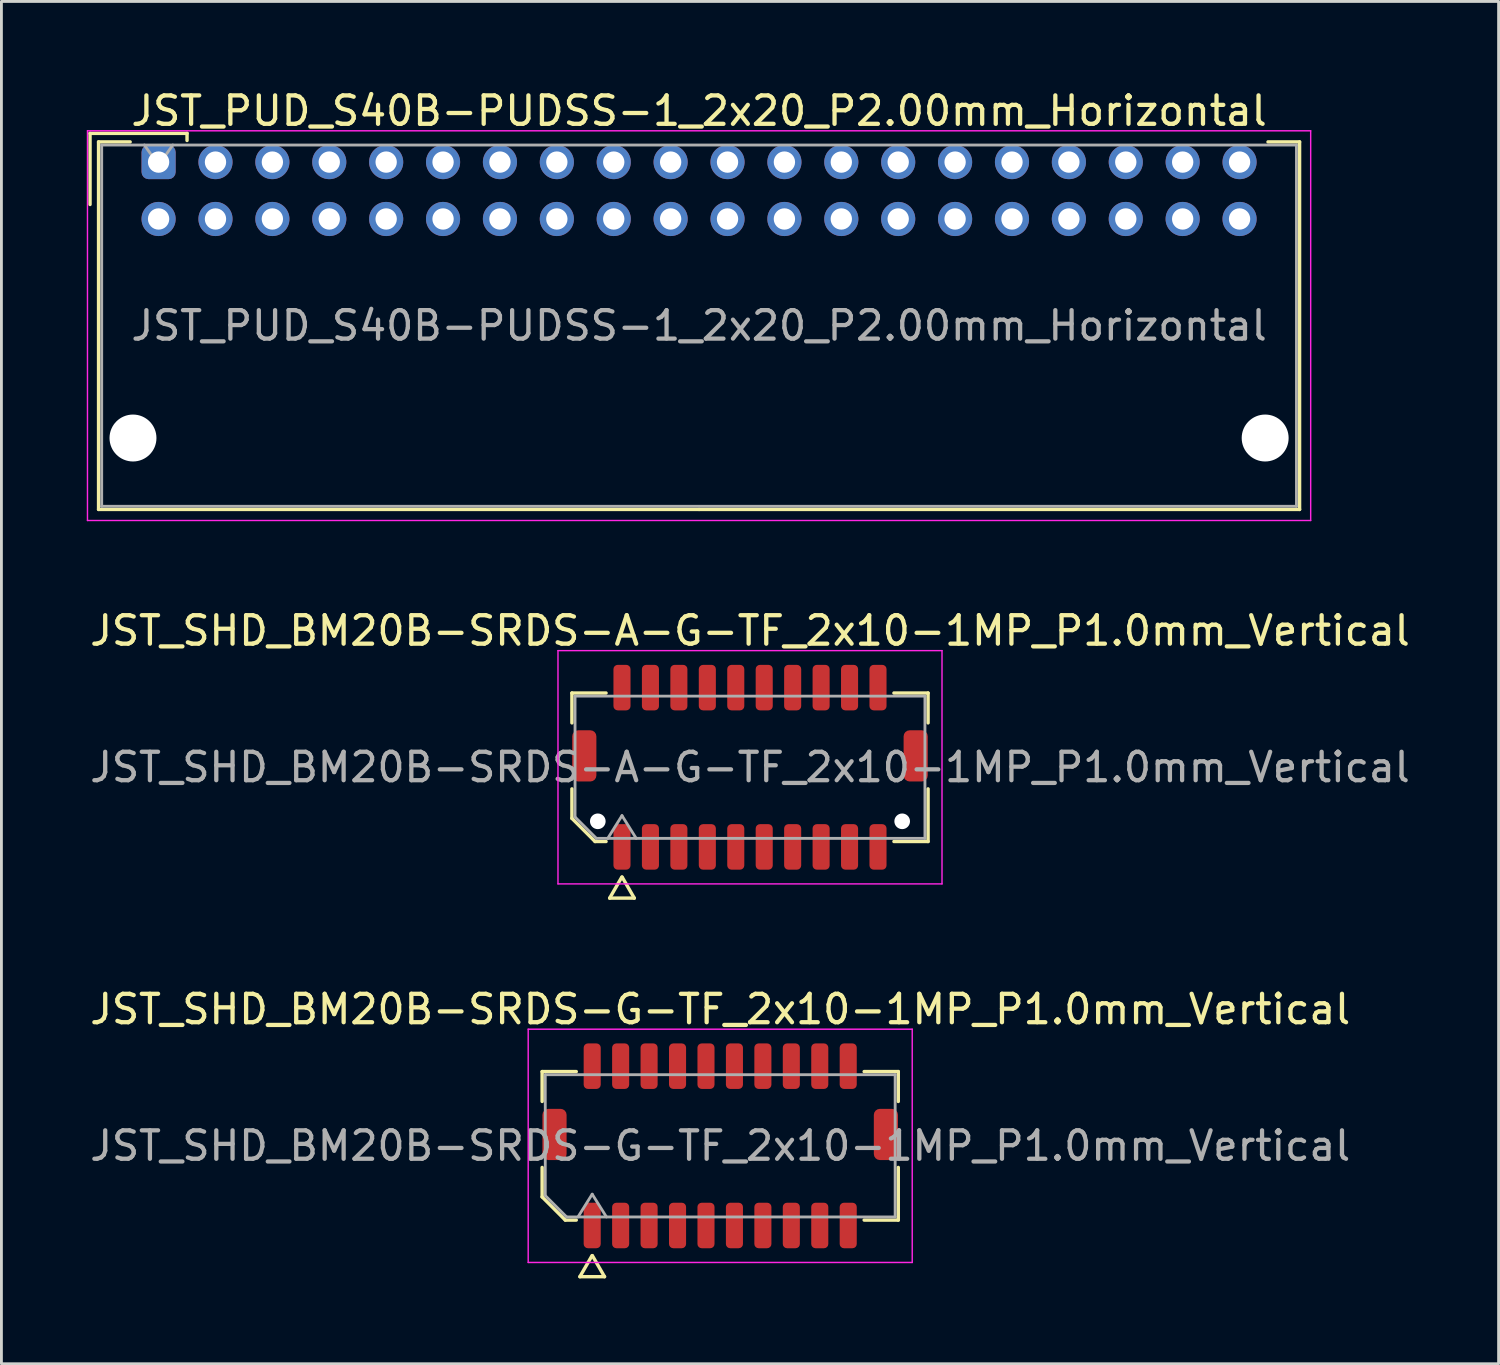
<source format=kicad_pcb>
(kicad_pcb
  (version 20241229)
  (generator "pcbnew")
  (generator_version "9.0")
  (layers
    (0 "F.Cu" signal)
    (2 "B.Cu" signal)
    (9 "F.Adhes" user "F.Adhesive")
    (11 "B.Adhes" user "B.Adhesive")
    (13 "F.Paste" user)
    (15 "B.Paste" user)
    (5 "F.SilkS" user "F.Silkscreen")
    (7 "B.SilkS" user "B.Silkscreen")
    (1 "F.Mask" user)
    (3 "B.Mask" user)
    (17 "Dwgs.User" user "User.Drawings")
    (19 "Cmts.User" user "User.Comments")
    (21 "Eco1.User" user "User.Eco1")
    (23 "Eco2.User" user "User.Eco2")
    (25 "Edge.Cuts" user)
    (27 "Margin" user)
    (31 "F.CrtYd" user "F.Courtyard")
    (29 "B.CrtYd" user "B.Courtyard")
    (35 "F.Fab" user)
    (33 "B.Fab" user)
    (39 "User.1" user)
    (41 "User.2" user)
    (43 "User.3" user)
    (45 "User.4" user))
  (footprint "JST_SHD_BM20B-SRDS-A-G-TF_2x10-1MP_P1.0mm_Vertical"
    (layer "F.Cu")
    (at 23.315 23.922)
    (property "Reference" "JST_SHD_BM20B-SRDS-A-G-TF_2x10-1MP_P1.0mm_Vertical" (at 0 -4.8 0) (layer "F.SilkS") (effects (font (size 1 1) (thickness 0.15))))
    (attr smd)
    (fp_line (start -6.26 -2.61) (end -5.06 -2.61) (stroke (width 0.12) (type solid)) (layer "F.SilkS"))
    (fp_line (start -6.26 -1.56) (end -6.26 -2.61) (stroke (width 0.12) (type solid)) (layer "F.SilkS"))
    (fp_line (start -6.26 1.796) (end -6.26 0.76) (stroke (width 0.12) (type solid)) (layer "F.SilkS"))
    (fp_line (start -5.446 2.61) (end -6.26 1.796) (stroke (width 0.12) (type solid)) (layer "F.SilkS"))
    (fp_line (start -5.06 2.61) (end -5.446 2.61) (stroke (width 0.12) (type solid)) (layer "F.SilkS"))
    (fp_line (start -4.933 4.6) (end -4.506 3.86) (stroke (width 0.12) (type solid)) (layer "F.SilkS"))
    (fp_line (start -4.494 3.86) (end -4.067 4.6) (stroke (width 0.12) (type solid)) (layer "F.SilkS"))
    (fp_line (start -4.067 4.6) (end -4.933 4.6) (stroke (width 0.12) (type solid)) (layer "F.SilkS"))
    (fp_line (start 5.06 -2.61) (end 6.26 -2.61) (stroke (width 0.12) (type solid)) (layer "F.SilkS"))
    (fp_line (start 6.26 -2.61) (end 6.26 -1.56) (stroke (width 0.12) (type solid)) (layer "F.SilkS"))
    (fp_line (start 6.26 0.76) (end 6.26 2.61) (stroke (width 0.12) (type solid)) (layer "F.SilkS"))
    (fp_line (start 6.26 2.61) (end 5.06 2.61) (stroke (width 0.12) (type solid)) (layer "F.SilkS"))
    (fp_line (start -6.75 -4.1) (end -6.75 4.1) (stroke (width 0.05) (type solid)) (layer "F.CrtYd"))
    (fp_line (start -6.75 4.1) (end 6.75 4.1) (stroke (width 0.05) (type solid)) (layer "F.CrtYd"))
    (fp_line (start 6.75 -4.1) (end -6.75 -4.1) (stroke (width 0.05) (type solid)) (layer "F.CrtYd"))
    (fp_line (start 6.75 4.1) (end 6.75 -4.1) (stroke (width 0.05) (type solid)) (layer "F.CrtYd"))
    (fp_line (start -6.15 -2.5) (end 6.15 -2.5) (stroke (width 0.1) (type solid)) (layer "F.Fab"))
    (fp_line (start -6.15 1.75) (end -6.15 -2.5) (stroke (width 0.1) (type solid)) (layer "F.Fab"))
    (fp_line (start -5.4 2.5) (end -6.15 1.75) (stroke (width 0.1) (type solid)) (layer "F.Fab"))
    (fp_line (start -5 2.5) (end -4.5 1.7) (stroke (width 0.1) (type solid)) (layer "F.Fab"))
    (fp_line (start -4.5 1.7) (end -4 2.5) (stroke (width 0.1) (type solid)) (layer "F.Fab"))
    (fp_line (start 6.15 -2.5) (end 6.15 2.5) (stroke (width 0.1) (type solid)) (layer "F.Fab"))
    (fp_line (start 6.15 2.5) (end -5.4 2.5) (stroke (width 0.1) (type solid)) (layer "F.Fab"))
    (fp_text user "${REFERENCE}" (at 0 0 0) (layer "F.Fab") (effects (font (size 1 1) (thickness 0.15))))
    (pad "" np_thru_hole circle (at -5.35 1.9) (size 0.55 0.55) (drill 0.55) (layers "*.Cu" "*.Mask"))
    (pad "" np_thru_hole circle (at 5.35 1.9) (size 0.55 0.55) (drill 0.55) (layers "*.Cu" "*.Mask"))
    (pad "1" smd roundrect (at -4.5 2.8) (size 0.6 1.6) (layers "F.Cu" "F.Mask" "F.Paste") (roundrect_rratio 0.25))
    (pad "2" smd roundrect (at -4.5 -2.8) (size 0.6 1.6) (layers "F.Cu" "F.Mask" "F.Paste") (roundrect_rratio 0.25))
    (pad "3" smd roundrect (at -3.5 2.8) (size 0.6 1.6) (layers "F.Cu" "F.Mask" "F.Paste") (roundrect_rratio 0.25))
    (pad "4" smd roundrect (at -3.5 -2.8) (size 0.6 1.6) (layers "F.Cu" "F.Mask" "F.Paste") (roundrect_rratio 0.25))
    (pad "5" smd roundrect (at -2.5 2.8) (size 0.6 1.6) (layers "F.Cu" "F.Mask" "F.Paste") (roundrect_rratio 0.25))
    (pad "6" smd roundrect (at -2.5 -2.8) (size 0.6 1.6) (layers "F.Cu" "F.Mask" "F.Paste") (roundrect_rratio 0.25))
    (pad "7" smd roundrect (at -1.5 2.8) (size 0.6 1.6) (layers "F.Cu" "F.Mask" "F.Paste") (roundrect_rratio 0.25))
    (pad "8" smd roundrect (at -1.5 -2.8) (size 0.6 1.6) (layers "F.Cu" "F.Mask" "F.Paste") (roundrect_rratio 0.25))
    (pad "9" smd roundrect (at -0.5 2.8) (size 0.6 1.6) (layers "F.Cu" "F.Mask" "F.Paste") (roundrect_rratio 0.25))
    (pad "10" smd roundrect (at -0.5 -2.8) (size 0.6 1.6) (layers "F.Cu" "F.Mask" "F.Paste") (roundrect_rratio 0.25))
    (pad "11" smd roundrect (at 0.5 2.8) (size 0.6 1.6) (layers "F.Cu" "F.Mask" "F.Paste") (roundrect_rratio 0.25))
    (pad "12" smd roundrect (at 0.5 -2.8) (size 0.6 1.6) (layers "F.Cu" "F.Mask" "F.Paste") (roundrect_rratio 0.25))
    (pad "13" smd roundrect (at 1.5 2.8) (size 0.6 1.6) (layers "F.Cu" "F.Mask" "F.Paste") (roundrect_rratio 0.25))
    (pad "14" smd roundrect (at 1.5 -2.8) (size 0.6 1.6) (layers "F.Cu" "F.Mask" "F.Paste") (roundrect_rratio 0.25))
    (pad "15" smd roundrect (at 2.5 2.8) (size 0.6 1.6) (layers "F.Cu" "F.Mask" "F.Paste") (roundrect_rratio 0.25))
    (pad "16" smd roundrect (at 2.5 -2.8) (size 0.6 1.6) (layers "F.Cu" "F.Mask" "F.Paste") (roundrect_rratio 0.25))
    (pad "17" smd roundrect (at 3.5 2.8) (size 0.6 1.6) (layers "F.Cu" "F.Mask" "F.Paste") (roundrect_rratio 0.25))
    (pad "18" smd roundrect (at 3.5 -2.8) (size 0.6 1.6) (layers "F.Cu" "F.Mask" "F.Paste") (roundrect_rratio 0.25))
    (pad "19" smd roundrect (at 4.5 2.8) (size 0.6 1.6) (layers "F.Cu" "F.Mask" "F.Paste") (roundrect_rratio 0.25))
    (pad "20" smd roundrect (at 4.5 -2.8) (size 0.6 1.6) (layers "F.Cu" "F.Mask" "F.Paste") (roundrect_rratio 0.25))
    (pad "MP" smd roundrect (at -5.825 -0.4) (size 0.85 1.8) (layers "F.Cu" "F.Mask" "F.Paste") (roundrect_rratio 0.25))
    (pad "MP" smd roundrect (at 5.825 -0.4) (size 0.85 1.8) (layers "F.Cu" "F.Mask" "F.Paste") (roundrect_rratio 0.25)))
  (footprint "JST_PUD_S40B-PUDSS-1_2x20_P2.00mm_Horizontal"
    (layer "F.Cu")
    (at 2.525 2.648)
    (property "Reference" "JST_PUD_S40B-PUDSS-1_2x20_P2.00mm_Horizontal" (at 19 -1.8 0) (layer "F.SilkS") (effects (font (size 1 1) (thickness 0.15))))
    (attr through_hole)
    (fp_line (start -2.41 -1.01) (end -2.41 1.49) (stroke (width 0.12) (type solid)) (layer "F.SilkS"))
    (fp_line (start -2.11 -0.71) (end -2.11 12.21) (stroke (width 0.12) (type solid)) (layer "F.SilkS"))
    (fp_line (start -2.11 12.21) (end 19 12.21) (stroke (width 0.12) (type solid)) (layer "F.SilkS"))
    (fp_line (start -1 -0.71) (end -2.11 -0.71) (stroke (width 0.12) (type solid)) (layer "F.SilkS"))
    (fp_line (start 1 -1.01) (end -2.41 -1.01) (stroke (width 0.12) (type solid)) (layer "F.SilkS"))
    (fp_line (start 1 -0.76) (end 1 -1.01) (stroke (width 0.12) (type solid)) (layer "F.SilkS"))
    (fp_line (start 39 -0.71) (end 40.11 -0.71) (stroke (width 0.12) (type solid)) (layer "F.SilkS"))
    (fp_line (start 40.11 -0.71) (end 40.11 12.21) (stroke (width 0.12) (type solid)) (layer "F.SilkS"))
    (fp_line (start 40.11 12.21) (end 19 12.21) (stroke (width 0.12) (type solid)) (layer "F.SilkS"))
    (fp_line (start -2.5 -1.1) (end -2.5 12.6) (stroke (width 0.05) (type solid)) (layer "F.CrtYd"))
    (fp_line (start -2.5 12.6) (end 40.5 12.6) (stroke (width 0.05) (type solid)) (layer "F.CrtYd"))
    (fp_line (start 40.5 -1.1) (end -2.5 -1.1) (stroke (width 0.05) (type solid)) (layer "F.CrtYd"))
    (fp_line (start 40.5 12.6) (end 40.5 -1.1) (stroke (width 0.05) (type solid)) (layer "F.CrtYd"))
    (fp_line (start -2 -0.6) (end -2 12.1) (stroke (width 0.1) (type solid)) (layer "F.Fab"))
    (fp_line (start -2 12.1) (end 40 12.1) (stroke (width 0.1) (type solid)) (layer "F.Fab"))
    (fp_line (start 0 0.107) (end -0.5 -0.6) (stroke (width 0.1) (type solid)) (layer "F.Fab"))
    (fp_line (start 0.5 -0.6) (end 0 0.107) (stroke (width 0.1) (type solid)) (layer "F.Fab"))
    (fp_line (start 40 -0.6) (end -2 -0.6) (stroke (width 0.1) (type solid)) (layer "F.Fab"))
    (fp_line (start 40 12.1) (end 40 -0.6) (stroke (width 0.1) (type solid)) (layer "F.Fab"))
    (fp_text user "${REFERENCE}" (at 19 5.75 0) (layer "F.Fab") (effects (font (size 1 1) (thickness 0.15))))
    (pad "" np_thru_hole circle (at -0.9 9.7) (size 1.65 1.65) (drill 1.65) (layers "*.Cu" "*.Mask"))
    (pad "" np_thru_hole circle (at 38.9 9.7) (size 1.65 1.65) (drill 1.65) (layers "*.Cu" "*.Mask"))
    (pad "1" thru_hole roundrect (at 0 0) (size 1.2 1.2) (drill 0.75) (layers "*.Cu" "*.Mask") (roundrect_rratio 0.208))
    (pad "2" thru_hole circle (at 0 2) (size 1.2 1.2) (drill 0.75) (layers "*.Cu" "*.Mask"))
    (pad "3" thru_hole circle (at 2 0) (size 1.2 1.2) (drill 0.75) (layers "*.Cu" "*.Mask"))
    (pad "4" thru_hole circle (at 2 2) (size 1.2 1.2) (drill 0.75) (layers "*.Cu" "*.Mask"))
    (pad "5" thru_hole circle (at 4 0) (size 1.2 1.2) (drill 0.75) (layers "*.Cu" "*.Mask"))
    (pad "6" thru_hole circle (at 4 2) (size 1.2 1.2) (drill 0.75) (layers "*.Cu" "*.Mask"))
    (pad "7" thru_hole circle (at 6 0) (size 1.2 1.2) (drill 0.75) (layers "*.Cu" "*.Mask"))
    (pad "8" thru_hole circle (at 6 2) (size 1.2 1.2) (drill 0.75) (layers "*.Cu" "*.Mask"))
    (pad "9" thru_hole circle (at 8 0) (size 1.2 1.2) (drill 0.75) (layers "*.Cu" "*.Mask"))
    (pad "10" thru_hole circle (at 8 2) (size 1.2 1.2) (drill 0.75) (layers "*.Cu" "*.Mask"))
    (pad "11" thru_hole circle (at 10 0) (size 1.2 1.2) (drill 0.75) (layers "*.Cu" "*.Mask"))
    (pad "12" thru_hole circle (at 10 2) (size 1.2 1.2) (drill 0.75) (layers "*.Cu" "*.Mask"))
    (pad "13" thru_hole circle (at 12 0) (size 1.2 1.2) (drill 0.75) (layers "*.Cu" "*.Mask"))
    (pad "14" thru_hole circle (at 12 2) (size 1.2 1.2) (drill 0.75) (layers "*.Cu" "*.Mask"))
    (pad "15" thru_hole circle (at 14 0) (size 1.2 1.2) (drill 0.75) (layers "*.Cu" "*.Mask"))
    (pad "16" thru_hole circle (at 14 2) (size 1.2 1.2) (drill 0.75) (layers "*.Cu" "*.Mask"))
    (pad "17" thru_hole circle (at 16 0) (size 1.2 1.2) (drill 0.75) (layers "*.Cu" "*.Mask"))
    (pad "18" thru_hole circle (at 16 2) (size 1.2 1.2) (drill 0.75) (layers "*.Cu" "*.Mask"))
    (pad "19" thru_hole circle (at 18 0) (size 1.2 1.2) (drill 0.75) (layers "*.Cu" "*.Mask"))
    (pad "20" thru_hole circle (at 18 2) (size 1.2 1.2) (drill 0.75) (layers "*.Cu" "*.Mask"))
    (pad "21" thru_hole circle (at 20 0) (size 1.2 1.2) (drill 0.75) (layers "*.Cu" "*.Mask"))
    (pad "22" thru_hole circle (at 20 2) (size 1.2 1.2) (drill 0.75) (layers "*.Cu" "*.Mask"))
    (pad "23" thru_hole circle (at 22 0) (size 1.2 1.2) (drill 0.75) (layers "*.Cu" "*.Mask"))
    (pad "24" thru_hole circle (at 22 2) (size 1.2 1.2) (drill 0.75) (layers "*.Cu" "*.Mask"))
    (pad "25" thru_hole circle (at 24 0) (size 1.2 1.2) (drill 0.75) (layers "*.Cu" "*.Mask"))
    (pad "26" thru_hole circle (at 24 2) (size 1.2 1.2) (drill 0.75) (layers "*.Cu" "*.Mask"))
    (pad "27" thru_hole circle (at 26 0) (size 1.2 1.2) (drill 0.75) (layers "*.Cu" "*.Mask"))
    (pad "28" thru_hole circle (at 26 2) (size 1.2 1.2) (drill 0.75) (layers "*.Cu" "*.Mask"))
    (pad "29" thru_hole circle (at 28 0) (size 1.2 1.2) (drill 0.75) (layers "*.Cu" "*.Mask"))
    (pad "30" thru_hole circle (at 28 2) (size 1.2 1.2) (drill 0.75) (layers "*.Cu" "*.Mask"))
    (pad "31" thru_hole circle (at 30 0) (size 1.2 1.2) (drill 0.75) (layers "*.Cu" "*.Mask"))
    (pad "32" thru_hole circle (at 30 2) (size 1.2 1.2) (drill 0.75) (layers "*.Cu" "*.Mask"))
    (pad "33" thru_hole circle (at 32 0) (size 1.2 1.2) (drill 0.75) (layers "*.Cu" "*.Mask"))
    (pad "34" thru_hole circle (at 32 2) (size 1.2 1.2) (drill 0.75) (layers "*.Cu" "*.Mask"))
    (pad "35" thru_hole circle (at 34 0) (size 1.2 1.2) (drill 0.75) (layers "*.Cu" "*.Mask"))
    (pad "36" thru_hole circle (at 34 2) (size 1.2 1.2) (drill 0.75) (layers "*.Cu" "*.Mask"))
    (pad "37" thru_hole circle (at 36 0) (size 1.2 1.2) (drill 0.75) (layers "*.Cu" "*.Mask"))
    (pad "38" thru_hole circle (at 36 2) (size 1.2 1.2) (drill 0.75) (layers "*.Cu" "*.Mask"))
    (pad "39" thru_hole circle (at 38 0) (size 1.2 1.2) (drill 0.75) (layers "*.Cu" "*.Mask"))
    (pad "40" thru_hole circle (at 38 2) (size 1.2 1.2) (drill 0.75) (layers "*.Cu" "*.Mask")))
  (footprint "JST_SHD_BM20B-SRDS-G-TF_2x10-1MP_P1.0mm_Vertical"
    (layer "F.Cu")
    (at 22.268 37.23)
    (property "Reference" "JST_SHD_BM20B-SRDS-G-TF_2x10-1MP_P1.0mm_Vertical" (at 0 -4.8 0) (layer "F.SilkS") (effects (font (size 1 1) (thickness 0.15))))
    (attr smd)
    (fp_line (start -6.26 -2.61) (end -5.06 -2.61) (stroke (width 0.12) (type solid)) (layer "F.SilkS"))
    (fp_line (start -6.26 -1.56) (end -6.26 -2.61) (stroke (width 0.12) (type solid)) (layer "F.SilkS"))
    (fp_line (start -6.26 1.796) (end -6.26 0.76) (stroke (width 0.12) (type solid)) (layer "F.SilkS"))
    (fp_line (start -5.446 2.61) (end -6.26 1.796) (stroke (width 0.12) (type solid)) (layer "F.SilkS"))
    (fp_line (start -5.06 2.61) (end -5.446 2.61) (stroke (width 0.12) (type solid)) (layer "F.SilkS"))
    (fp_line (start -4.933 4.6) (end -4.506 3.86) (stroke (width 0.12) (type solid)) (layer "F.SilkS"))
    (fp_line (start -4.494 3.86) (end -4.067 4.6) (stroke (width 0.12) (type solid)) (layer "F.SilkS"))
    (fp_line (start -4.067 4.6) (end -4.933 4.6) (stroke (width 0.12) (type solid)) (layer "F.SilkS"))
    (fp_line (start 5.06 -2.61) (end 6.26 -2.61) (stroke (width 0.12) (type solid)) (layer "F.SilkS"))
    (fp_line (start 6.26 -2.61) (end 6.26 -1.56) (stroke (width 0.12) (type solid)) (layer "F.SilkS"))
    (fp_line (start 6.26 0.76) (end 6.26 2.61) (stroke (width 0.12) (type solid)) (layer "F.SilkS"))
    (fp_line (start 6.26 2.61) (end 5.06 2.61) (stroke (width 0.12) (type solid)) (layer "F.SilkS"))
    (fp_line (start -6.75 -4.1) (end -6.75 4.1) (stroke (width 0.05) (type solid)) (layer "F.CrtYd"))
    (fp_line (start -6.75 4.1) (end 6.75 4.1) (stroke (width 0.05) (type solid)) (layer "F.CrtYd"))
    (fp_line (start 6.75 -4.1) (end -6.75 -4.1) (stroke (width 0.05) (type solid)) (layer "F.CrtYd"))
    (fp_line (start 6.75 4.1) (end 6.75 -4.1) (stroke (width 0.05) (type solid)) (layer "F.CrtYd"))
    (fp_line (start -6.15 -2.5) (end 6.15 -2.5) (stroke (width 0.1) (type solid)) (layer "F.Fab"))
    (fp_line (start -6.15 1.75) (end -6.15 -2.5) (stroke (width 0.1) (type solid)) (layer "F.Fab"))
    (fp_line (start -5.4 2.5) (end -6.15 1.75) (stroke (width 0.1) (type solid)) (layer "F.Fab"))
    (fp_line (start -5 2.5) (end -4.5 1.7) (stroke (width 0.1) (type solid)) (layer "F.Fab"))
    (fp_line (start -4.5 1.7) (end -4 2.5) (stroke (width 0.1) (type solid)) (layer "F.Fab"))
    (fp_line (start 6.15 -2.5) (end 6.15 2.5) (stroke (width 0.1) (type solid)) (layer "F.Fab"))
    (fp_line (start 6.15 2.5) (end -5.4 2.5) (stroke (width 0.1) (type solid)) (layer "F.Fab"))
    (fp_text user "${REFERENCE}" (at 0 0 0) (layer "F.Fab") (effects (font (size 1 1) (thickness 0.15))))
    (pad "1" smd roundrect (at -4.5 2.8) (size 0.6 1.6) (layers "F.Cu" "F.Mask" "F.Paste") (roundrect_rratio 0.25))
    (pad "2" smd roundrect (at -4.5 -2.8) (size 0.6 1.6) (layers "F.Cu" "F.Mask" "F.Paste") (roundrect_rratio 0.25))
    (pad "3" smd roundrect (at -3.5 2.8) (size 0.6 1.6) (layers "F.Cu" "F.Mask" "F.Paste") (roundrect_rratio 0.25))
    (pad "4" smd roundrect (at -3.5 -2.8) (size 0.6 1.6) (layers "F.Cu" "F.Mask" "F.Paste") (roundrect_rratio 0.25))
    (pad "5" smd roundrect (at -2.5 2.8) (size 0.6 1.6) (layers "F.Cu" "F.Mask" "F.Paste") (roundrect_rratio 0.25))
    (pad "6" smd roundrect (at -2.5 -2.8) (size 0.6 1.6) (layers "F.Cu" "F.Mask" "F.Paste") (roundrect_rratio 0.25))
    (pad "7" smd roundrect (at -1.5 2.8) (size 0.6 1.6) (layers "F.Cu" "F.Mask" "F.Paste") (roundrect_rratio 0.25))
    (pad "8" smd roundrect (at -1.5 -2.8) (size 0.6 1.6) (layers "F.Cu" "F.Mask" "F.Paste") (roundrect_rratio 0.25))
    (pad "9" smd roundrect (at -0.5 2.8) (size 0.6 1.6) (layers "F.Cu" "F.Mask" "F.Paste") (roundrect_rratio 0.25))
    (pad "10" smd roundrect (at -0.5 -2.8) (size 0.6 1.6) (layers "F.Cu" "F.Mask" "F.Paste") (roundrect_rratio 0.25))
    (pad "11" smd roundrect (at 0.5 2.8) (size 0.6 1.6) (layers "F.Cu" "F.Mask" "F.Paste") (roundrect_rratio 0.25))
    (pad "12" smd roundrect (at 0.5 -2.8) (size 0.6 1.6) (layers "F.Cu" "F.Mask" "F.Paste") (roundrect_rratio 0.25))
    (pad "13" smd roundrect (at 1.5 2.8) (size 0.6 1.6) (layers "F.Cu" "F.Mask" "F.Paste") (roundrect_rratio 0.25))
    (pad "14" smd roundrect (at 1.5 -2.8) (size 0.6 1.6) (layers "F.Cu" "F.Mask" "F.Paste") (roundrect_rratio 0.25))
    (pad "15" smd roundrect (at 2.5 2.8) (size 0.6 1.6) (layers "F.Cu" "F.Mask" "F.Paste") (roundrect_rratio 0.25))
    (pad "16" smd roundrect (at 2.5 -2.8) (size 0.6 1.6) (layers "F.Cu" "F.Mask" "F.Paste") (roundrect_rratio 0.25))
    (pad "17" smd roundrect (at 3.5 2.8) (size 0.6 1.6) (layers "F.Cu" "F.Mask" "F.Paste") (roundrect_rratio 0.25))
    (pad "18" smd roundrect (at 3.5 -2.8) (size 0.6 1.6) (layers "F.Cu" "F.Mask" "F.Paste") (roundrect_rratio 0.25))
    (pad "19" smd roundrect (at 4.5 2.8) (size 0.6 1.6) (layers "F.Cu" "F.Mask" "F.Paste") (roundrect_rratio 0.25))
    (pad "20" smd roundrect (at 4.5 -2.8) (size 0.6 1.6) (layers "F.Cu" "F.Mask" "F.Paste") (roundrect_rratio 0.25))
    (pad "MP" smd roundrect (at -5.825 -0.4) (size 0.85 1.8) (layers "F.Cu" "F.Mask" "F.Paste") (roundrect_rratio 0.25))
    (pad "MP" smd roundrect (at 5.825 -0.4) (size 0.85 1.8) (layers "F.Cu" "F.Mask" "F.Paste") (roundrect_rratio 0.25)))
  (gr_rect
    (start -3 -3)
    (end 49.631 44.89)
    (stroke (width 0.1) (type default))
    (fill no)
    (layer "Edge.Cuts")))
</source>
